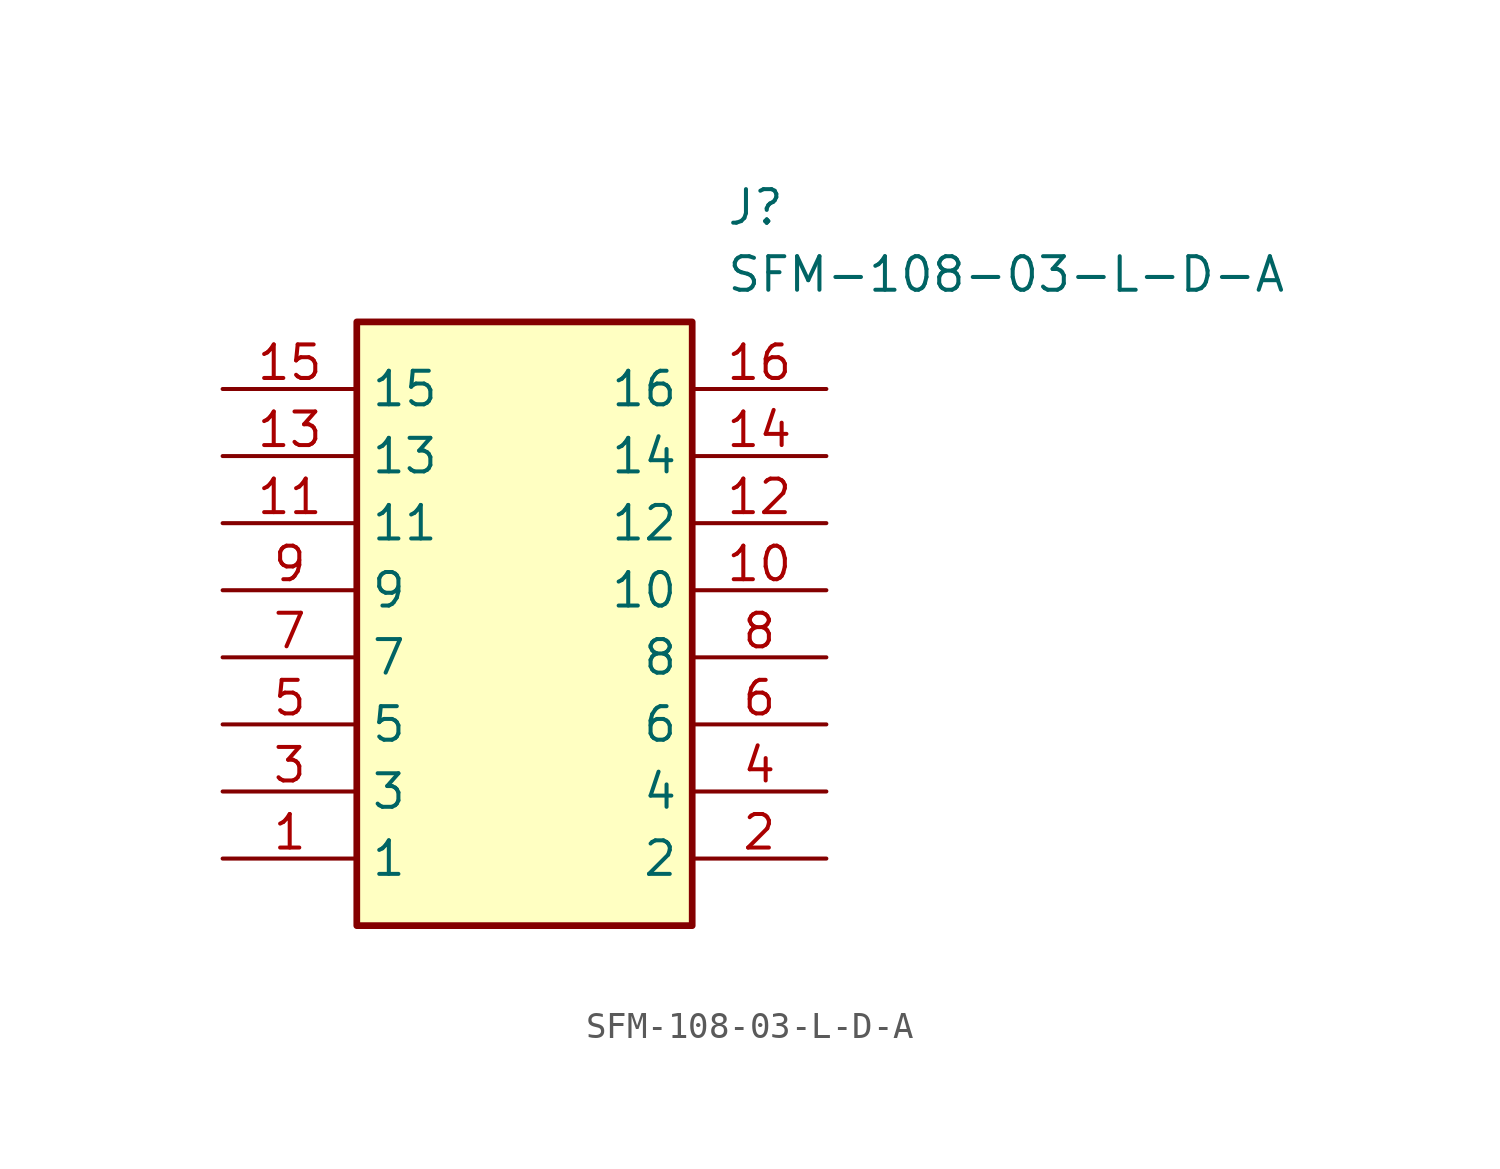
<source format=kicad_sym>
(kicad_symbol_lib
  (version 20211014)
  (generator SamacSys_ECAD_Model)
  (symbol "SFM-108-03-L-D-A"
    (property "Reference" "J"
      (at 19.05 7.62 0)
      (effects (font (size 1.27 1.27)) (justify left top)))
    (property "Value" "SFM-108-03-L-D-A"
      (at 19.05 5.08 0)
      (effects (font (size 1.27 1.27)) (justify left top)))
    (rectangle
      (start 5.08 2.54)
      (end 17.78 -20.32)
      (stroke (width 0.254) (type default))
      (fill (type background)))
    (pin passive line
      (at 0 -17.78 0)
      (length 5.08)
      (name "1" (effects (font (size 1.27 1.27))))
      (number "1" (effects (font (size 1.27 1.27)))))
    (pin passive line
      (at 22.86 -17.78 180)
      (length 5.08)
      (name "2" (effects (font (size 1.27 1.27))))
      (number "2" (effects (font (size 1.27 1.27)))))
    (pin passive line
      (at 0 -15.24 0)
      (length 5.08)
      (name "3" (effects (font (size 1.27 1.27))))
      (number "3" (effects (font (size 1.27 1.27)))))
    (pin passive line
      (at 22.86 -15.24 180)
      (length 5.08)
      (name "4" (effects (font (size 1.27 1.27))))
      (number "4" (effects (font (size 1.27 1.27)))))
    (pin passive line
      (at 0 -12.7 0)
      (length 5.08)
      (name "5" (effects (font (size 1.27 1.27))))
      (number "5" (effects (font (size 1.27 1.27)))))
    (pin passive line
      (at 22.86 -12.7 180)
      (length 5.08)
      (name "6" (effects (font (size 1.27 1.27))))
      (number "6" (effects (font (size 1.27 1.27)))))
    (pin passive line
      (at 0 -10.16 0)
      (length 5.08)
      (name "7" (effects (font (size 1.27 1.27))))
      (number "7" (effects (font (size 1.27 1.27)))))
    (pin passive line
      (at 22.86 -10.16 180)
      (length 5.08)
      (name "8" (effects (font (size 1.27 1.27))))
      (number "8" (effects (font (size 1.27 1.27)))))
    (pin passive line
      (at 0 -7.62 0)
      (length 5.08)
      (name "9" (effects (font (size 1.27 1.27))))
      (number "9" (effects (font (size 1.27 1.27)))))
    (pin passive line
      (at 22.86 -7.62 180)
      (length 5.08)
      (name "10" (effects (font (size 1.27 1.27))))
      (number "10" (effects (font (size 1.27 1.27)))))
    (pin passive line
      (at 0 -5.08 0)
      (length 5.08)
      (name "11" (effects (font (size 1.27 1.27))))
      (number "11" (effects (font (size 1.27 1.27)))))
    (pin passive line
      (at 22.86 -5.08 180)
      (length 5.08)
      (name "12" (effects (font (size 1.27 1.27))))
      (number "12" (effects (font (size 1.27 1.27)))))
    (pin passive line
      (at 0 -2.54 0)
      (length 5.08)
      (name "13" (effects (font (size 1.27 1.27))))
      (number "13" (effects (font (size 1.27 1.27)))))
    (pin passive line
      (at 22.86 -2.54 180)
      (length 5.08)
      (name "14" (effects (font (size 1.27 1.27))))
      (number "14" (effects (font (size 1.27 1.27)))))
    (pin passive line
      (at 0 0 0)
      (length 5.08)
      (name "15" (effects (font (size 1.27 1.27))))
      (number "15" (effects (font (size 1.27 1.27)))))
    (pin passive line
      (at 22.86 0 180)
      (length 5.08)
      (name "16" (effects (font (size 1.27 1.27))))
      (number "16" (effects (font (size 1.27 1.27)))))))
</source>
